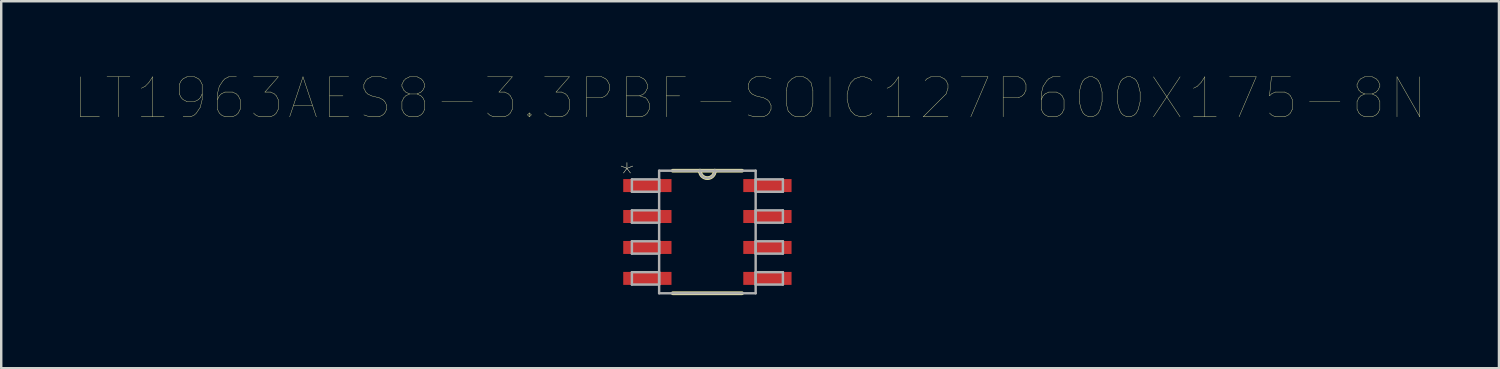
<source format=kicad_pcb>
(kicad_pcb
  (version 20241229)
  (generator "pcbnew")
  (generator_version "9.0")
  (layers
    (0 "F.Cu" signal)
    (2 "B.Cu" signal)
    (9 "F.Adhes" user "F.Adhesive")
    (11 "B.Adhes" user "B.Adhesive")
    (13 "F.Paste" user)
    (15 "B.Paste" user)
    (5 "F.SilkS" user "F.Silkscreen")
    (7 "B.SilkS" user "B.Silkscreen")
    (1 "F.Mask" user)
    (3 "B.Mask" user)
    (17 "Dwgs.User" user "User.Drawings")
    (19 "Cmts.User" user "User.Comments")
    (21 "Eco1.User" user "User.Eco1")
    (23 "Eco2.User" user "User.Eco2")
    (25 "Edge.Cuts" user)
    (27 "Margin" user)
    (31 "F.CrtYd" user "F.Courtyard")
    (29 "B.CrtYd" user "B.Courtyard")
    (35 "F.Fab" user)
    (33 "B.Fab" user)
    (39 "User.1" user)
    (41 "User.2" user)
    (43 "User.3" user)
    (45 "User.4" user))
  (footprint "LT1963AES8-3.3PBF-SOIC127P600X175-8N"
    (layer "F.Cu")
    (at 25.986 6.472)
    (property "Reference" "LT1963AES8-3.3PBF-SOIC127P600X175-8N" (at 1.753 -5.486 0) (layer "F.SilkS") (effects (font (size 1.64 1.64) (thickness 0.015))))
    (attr through_hole)
    (fp_line (start -1.422 2.515) (end 1.422 2.515) (stroke (width 0.152) (type solid)) (layer "F.SilkS"))
    (fp_line (start -0.305 -2.515) (end -1.422 -2.515) (stroke (width 0.152) (type solid)) (layer "F.SilkS"))
    (fp_line (start 0.305 -2.515) (end -0.305 -2.515) (stroke (width 0.152) (type solid)) (layer "F.SilkS"))
    (fp_line (start 1.422 -2.515) (end 0.305 -2.515) (stroke (width 0.152) (type solid)) (layer "F.SilkS"))
    (fp_arc (start 0.3048 -2.5146) (mid 0 -2.2098) (end -0.3048 -2.5146) (stroke (width 0.1524) (type solid)) (layer "F.SilkS"))
    (fp_line (start -3.099 -2.159) (end -3.099 -1.651) (stroke (width 0.1) (type solid)) (layer "F.Fab"))
    (fp_line (start -3.099 -1.651) (end -1.981 -1.651) (stroke (width 0.1) (type solid)) (layer "F.Fab"))
    (fp_line (start -3.099 -0.889) (end -3.099 -0.381) (stroke (width 0.1) (type solid)) (layer "F.Fab"))
    (fp_line (start -3.099 -0.381) (end -1.981 -0.381) (stroke (width 0.1) (type solid)) (layer "F.Fab"))
    (fp_line (start -3.099 0.381) (end -3.099 0.889) (stroke (width 0.1) (type solid)) (layer "F.Fab"))
    (fp_line (start -3.099 0.889) (end -1.981 0.889) (stroke (width 0.1) (type solid)) (layer "F.Fab"))
    (fp_line (start -3.099 1.651) (end -3.099 2.159) (stroke (width 0.1) (type solid)) (layer "F.Fab"))
    (fp_line (start -3.099 2.159) (end -1.981 2.159) (stroke (width 0.1) (type solid)) (layer "F.Fab"))
    (fp_line (start -1.981 -2.515) (end -1.981 2.515) (stroke (width 0.1) (type solid)) (layer "F.Fab"))
    (fp_line (start -1.981 -2.159) (end -3.099 -2.159) (stroke (width 0.1) (type solid)) (layer "F.Fab"))
    (fp_line (start -1.981 -1.651) (end -1.981 -2.159) (stroke (width 0.1) (type solid)) (layer "F.Fab"))
    (fp_line (start -1.981 -0.889) (end -3.099 -0.889) (stroke (width 0.1) (type solid)) (layer "F.Fab"))
    (fp_line (start -1.981 -0.381) (end -1.981 -0.889) (stroke (width 0.1) (type solid)) (layer "F.Fab"))
    (fp_line (start -1.981 0.381) (end -3.099 0.381) (stroke (width 0.1) (type solid)) (layer "F.Fab"))
    (fp_line (start -1.981 0.889) (end -1.981 0.381) (stroke (width 0.1) (type solid)) (layer "F.Fab"))
    (fp_line (start -1.981 1.651) (end -3.099 1.651) (stroke (width 0.1) (type solid)) (layer "F.Fab"))
    (fp_line (start -1.981 2.159) (end -1.981 1.651) (stroke (width 0.1) (type solid)) (layer "F.Fab"))
    (fp_line (start -1.981 2.515) (end 1.981 2.515) (stroke (width 0.1) (type solid)) (layer "F.Fab"))
    (fp_line (start -0.305 -2.515) (end -1.981 -2.515) (stroke (width 0.1) (type solid)) (layer "F.Fab"))
    (fp_line (start 0.305 -2.515) (end -0.305 -2.515) (stroke (width 0.1) (type solid)) (layer "F.Fab"))
    (fp_line (start 1.981 -2.515) (end 0.305 -2.515) (stroke (width 0.1) (type solid)) (layer "F.Fab"))
    (fp_line (start 1.981 -2.159) (end 1.981 -1.651) (stroke (width 0.1) (type solid)) (layer "F.Fab"))
    (fp_line (start 1.981 -1.651) (end 3.099 -1.651) (stroke (width 0.1) (type solid)) (layer "F.Fab"))
    (fp_line (start 1.981 -0.889) (end 1.981 -0.381) (stroke (width 0.1) (type solid)) (layer "F.Fab"))
    (fp_line (start 1.981 -0.381) (end 3.099 -0.381) (stroke (width 0.1) (type solid)) (layer "F.Fab"))
    (fp_line (start 1.981 0.381) (end 1.981 0.889) (stroke (width 0.1) (type solid)) (layer "F.Fab"))
    (fp_line (start 1.981 0.889) (end 3.099 0.889) (stroke (width 0.1) (type solid)) (layer "F.Fab"))
    (fp_line (start 1.981 1.651) (end 1.981 2.159) (stroke (width 0.1) (type solid)) (layer "F.Fab"))
    (fp_line (start 1.981 2.159) (end 3.099 2.159) (stroke (width 0.1) (type solid)) (layer "F.Fab"))
    (fp_line (start 1.981 2.515) (end 1.981 -2.515) (stroke (width 0.1) (type solid)) (layer "F.Fab"))
    (fp_line (start 3.099 -2.159) (end 1.981 -2.159) (stroke (width 0.1) (type solid)) (layer "F.Fab"))
    (fp_line (start 3.099 -1.651) (end 3.099 -2.159) (stroke (width 0.1) (type solid)) (layer "F.Fab"))
    (fp_line (start 3.099 -0.889) (end 1.981 -0.889) (stroke (width 0.1) (type solid)) (layer "F.Fab"))
    (fp_line (start 3.099 -0.381) (end 3.099 -0.889) (stroke (width 0.1) (type solid)) (layer "F.Fab"))
    (fp_line (start 3.099 0.381) (end 1.981 0.381) (stroke (width 0.1) (type solid)) (layer "F.Fab"))
    (fp_line (start 3.099 0.889) (end 3.099 0.381) (stroke (width 0.1) (type solid)) (layer "F.Fab"))
    (fp_line (start 3.099 1.651) (end 1.981 1.651) (stroke (width 0.1) (type solid)) (layer "F.Fab"))
    (fp_line (start 3.099 2.159) (end 3.099 1.651) (stroke (width 0.1) (type solid)) (layer "F.Fab"))
    (fp_arc (start 0.3048 -2.5146) (mid 0 -2.2098) (end -0.3048 -2.5146) (stroke (width 0.1) (type solid)) (layer "F.Fab"))
    (fp_text user "*" (at -3.302 -2.311 0) (layer "F.SilkS") (effects (font (size 1 1) (thickness 0.015))))
    (fp_text user "*" (at -3.302 -2.311 0) (layer "F.Fab") (effects (font (size 1 1) (thickness 0.015))))
    (pad "1" smd rect (at -2.464 -1.905) (size 1.981 0.533) (layers "F.Cu" "F.Mask" "F.Paste"))
    (pad "2" smd rect (at -2.464 -0.635) (size 1.981 0.533) (layers "F.Cu" "F.Mask" "F.Paste"))
    (pad "3" smd rect (at -2.464 0.635) (size 1.981 0.533) (layers "F.Cu" "F.Mask" "F.Paste"))
    (pad "4" smd rect (at -2.464 1.905) (size 1.981 0.533) (layers "F.Cu" "F.Mask" "F.Paste"))
    (pad "5" smd rect (at 2.464 1.905) (size 1.981 0.533) (layers "F.Cu" "F.Mask" "F.Paste"))
    (pad "6" smd rect (at 2.464 0.635) (size 1.981 0.533) (layers "F.Cu" "F.Mask" "F.Paste"))
    (pad "7" smd rect (at 2.464 -0.635) (size 1.981 0.533) (layers "F.Cu" "F.Mask" "F.Paste"))
    (pad "8" smd rect (at 2.464 -1.905) (size 1.981 0.533) (layers "F.Cu" "F.Mask" "F.Paste")))
  (gr_rect
    (start -3 -3)
    (end 58.477 12.063)
    (stroke (width 0.1) (type default))
    (fill no)
    (layer "Edge.Cuts")))
</source>
